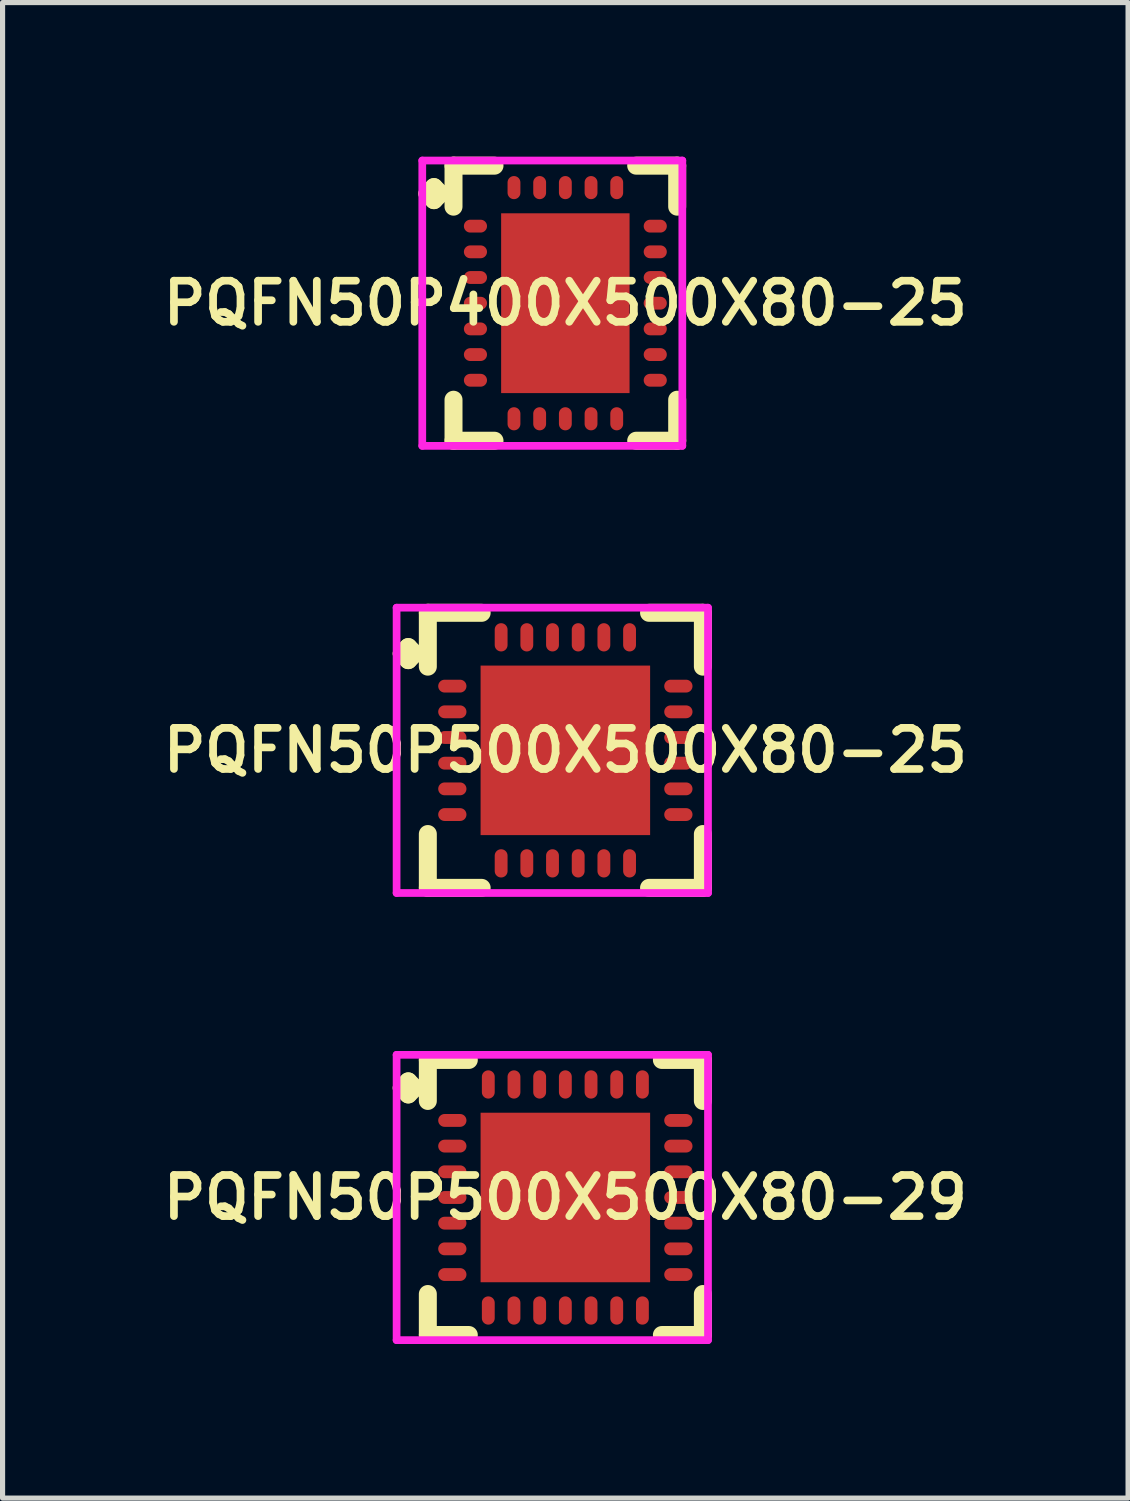
<source format=kicad_pcb>
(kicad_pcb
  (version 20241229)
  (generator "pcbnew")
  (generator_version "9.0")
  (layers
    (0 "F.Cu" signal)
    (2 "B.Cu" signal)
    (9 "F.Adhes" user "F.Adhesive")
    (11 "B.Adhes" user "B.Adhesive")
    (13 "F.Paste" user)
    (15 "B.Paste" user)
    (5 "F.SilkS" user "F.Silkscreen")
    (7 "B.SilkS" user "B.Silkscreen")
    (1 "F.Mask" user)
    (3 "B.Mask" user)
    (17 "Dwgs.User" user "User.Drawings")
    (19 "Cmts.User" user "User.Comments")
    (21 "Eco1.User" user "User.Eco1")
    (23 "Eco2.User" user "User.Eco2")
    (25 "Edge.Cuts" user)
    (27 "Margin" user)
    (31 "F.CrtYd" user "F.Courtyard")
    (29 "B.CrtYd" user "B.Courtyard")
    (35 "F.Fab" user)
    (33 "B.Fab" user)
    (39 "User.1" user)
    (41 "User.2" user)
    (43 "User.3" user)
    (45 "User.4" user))
  (footprint "PQFN50P500X500X80-25"
    (layer "F.Cu")
    (at 7.955 11.556)
    (property "Reference" "PQFN50P500X500X80-25" (at 0 0 0) (layer "F.SilkS") (effects (font (size 0.8 0.8) (thickness 0.15))))
    (attr smd)
    (fp_line (start -3.185 -1.883) (end -3.058 -2.01) (stroke (width 0.35) (type solid)) (layer "F.SilkS"))
    (fp_line (start -3.058 -2.01) (end -2.931 -1.883) (stroke (width 0.35) (type solid)) (layer "F.SilkS"))
    (fp_line (start -3.058 -1.756) (end -3.185 -1.883) (stroke (width 0.35) (type solid)) (layer "F.SilkS"))
    (fp_line (start -2.931 -1.883) (end -3.058 -1.756) (stroke (width 0.35) (type solid)) (layer "F.SilkS"))
    (fp_line (start -2.677 -2.677) (end -1.629 -2.677) (stroke (width 0.35) (type solid)) (layer "F.SilkS"))
    (fp_line (start -2.677 -1.629) (end -2.677 -2.677) (stroke (width 0.35) (type solid)) (layer "F.SilkS"))
    (fp_line (start -2.677 1.629) (end -2.677 2.677) (stroke (width 0.35) (type solid)) (layer "F.SilkS"))
    (fp_line (start -2.677 2.677) (end -1.629 2.677) (stroke (width 0.35) (type solid)) (layer "F.SilkS"))
    (fp_line (start 1.629 -2.677) (end 2.677 -2.677) (stroke (width 0.35) (type solid)) (layer "F.SilkS"))
    (fp_line (start 1.629 2.677) (end 2.677 2.677) (stroke (width 0.35) (type solid)) (layer "F.SilkS"))
    (fp_line (start 2.677 -2.677) (end 2.677 -1.629) (stroke (width 0.35) (type solid)) (layer "F.SilkS"))
    (fp_line (start 2.677 2.677) (end 2.677 1.629) (stroke (width 0.35) (type solid)) (layer "F.SilkS"))
    (fp_line (start -3.285 -2.777) (end 2.777 -2.777) (stroke (width 0.15) (type solid)) (layer "F.CrtYd"))
    (fp_line (start -3.285 2.777) (end -3.285 -2.777) (stroke (width 0.15) (type solid)) (layer "F.CrtYd"))
    (fp_line (start 2.777 -2.777) (end 2.777 2.777) (stroke (width 0.15) (type solid)) (layer "F.CrtYd"))
    (fp_line (start 2.777 2.777) (end -3.285 2.777) (stroke (width 0.15) (type solid)) (layer "F.CrtYd"))
    (pad "1" smd oval (at -2.2 -1.25) (size 0.55 0.25) (layers "F.Cu" "F.Mask" "F.Paste"))
    (pad "2" smd oval (at -2.2 -0.75) (size 0.55 0.25) (layers "F.Cu" "F.Mask" "F.Paste"))
    (pad "3" smd oval (at -2.2 -0.25) (size 0.55 0.25) (layers "F.Cu" "F.Mask" "F.Paste"))
    (pad "4" smd oval (at -2.2 0.25) (size 0.55 0.25) (layers "F.Cu" "F.Mask" "F.Paste"))
    (pad "5" smd oval (at -2.2 0.75) (size 0.55 0.25) (layers "F.Cu" "F.Mask" "F.Paste"))
    (pad "6" smd oval (at -2.2 1.25) (size 0.55 0.25) (layers "F.Cu" "F.Mask" "F.Paste"))
    (pad "7" smd oval (at -1.25 2.2) (size 0.25 0.55) (layers "F.Cu" "F.Mask" "F.Paste"))
    (pad "8" smd oval (at -0.75 2.2) (size 0.25 0.55) (layers "F.Cu" "F.Mask" "F.Paste"))
    (pad "9" smd oval (at -0.25 2.2) (size 0.25 0.55) (layers "F.Cu" "F.Mask" "F.Paste"))
    (pad "10" smd oval (at 0.25 2.2) (size 0.25 0.55) (layers "F.Cu" "F.Mask" "F.Paste"))
    (pad "11" smd oval (at 0.75 2.2) (size 0.25 0.55) (layers "F.Cu" "F.Mask" "F.Paste"))
    (pad "12" smd oval (at 1.25 2.2) (size 0.25 0.55) (layers "F.Cu" "F.Mask" "F.Paste"))
    (pad "13" smd oval (at 2.2 1.25) (size 0.55 0.25) (layers "F.Cu" "F.Mask" "F.Paste"))
    (pad "14" smd oval (at 2.2 0.75) (size 0.55 0.25) (layers "F.Cu" "F.Mask" "F.Paste"))
    (pad "15" smd oval (at 2.2 0.25) (size 0.55 0.25) (layers "F.Cu" "F.Mask" "F.Paste"))
    (pad "16" smd oval (at 2.2 -0.25) (size 0.55 0.25) (layers "F.Cu" "F.Mask" "F.Paste"))
    (pad "17" smd oval (at 2.2 -0.75) (size 0.55 0.25) (layers "F.Cu" "F.Mask" "F.Paste"))
    (pad "18" smd oval (at 2.2 -1.25) (size 0.55 0.25) (layers "F.Cu" "F.Mask" "F.Paste"))
    (pad "19" smd oval (at 1.25 -2.2) (size 0.25 0.55) (layers "F.Cu" "F.Mask" "F.Paste"))
    (pad "20" smd oval (at 0.75 -2.2) (size 0.25 0.55) (layers "F.Cu" "F.Mask" "F.Paste"))
    (pad "21" smd oval (at 0.25 -2.2) (size 0.25 0.55) (layers "F.Cu" "F.Mask" "F.Paste"))
    (pad "22" smd oval (at -0.25 -2.2) (size 0.25 0.55) (layers "F.Cu" "F.Mask" "F.Paste"))
    (pad "23" smd oval (at -0.75 -2.2) (size 0.25 0.55) (layers "F.Cu" "F.Mask" "F.Paste"))
    (pad "24" smd oval (at -1.25 -2.2) (size 0.25 0.55) (layers "F.Cu" "F.Mask" "F.Paste"))
    (pad "25" smd rect (at 0 0) (size 3.3 3.3) (layers "F.Cu" "F.Mask" "F.Paste")))
  (footprint "PQFN50P400X500X80-25"
    (layer "F.Cu")
    (at 7.955 2.852)
    (property "Reference" "PQFN50P400X500X80-25" (at 0 0 0) (layer "F.SilkS") (effects (font (size 0.8 0.8) (thickness 0.15))))
    (attr through_hole)
    (fp_line (start -2.685 -2.133) (end -2.558 -2.26) (stroke (width 0.35) (type solid)) (layer "F.SilkS"))
    (fp_line (start -2.558 -2.26) (end -2.431 -2.133) (stroke (width 0.35) (type solid)) (layer "F.SilkS"))
    (fp_line (start -2.558 -2.006) (end -2.685 -2.133) (stroke (width 0.35) (type solid)) (layer "F.SilkS"))
    (fp_line (start -2.431 -2.133) (end -2.558 -2.006) (stroke (width 0.35) (type solid)) (layer "F.SilkS"))
    (fp_line (start -2.177 -2.677) (end -1.379 -2.677) (stroke (width 0.35) (type solid)) (layer "F.SilkS"))
    (fp_line (start -2.177 -1.879) (end -2.177 -2.677) (stroke (width 0.35) (type solid)) (layer "F.SilkS"))
    (fp_line (start -2.177 1.879) (end -2.177 2.677) (stroke (width 0.35) (type solid)) (layer "F.SilkS"))
    (fp_line (start -2.177 2.677) (end -1.379 2.677) (stroke (width 0.35) (type solid)) (layer "F.SilkS"))
    (fp_line (start 1.379 -2.677) (end 2.177 -2.677) (stroke (width 0.35) (type solid)) (layer "F.SilkS"))
    (fp_line (start 1.379 2.677) (end 2.177 2.677) (stroke (width 0.35) (type solid)) (layer "F.SilkS"))
    (fp_line (start 2.177 -2.677) (end 2.177 -1.879) (stroke (width 0.35) (type solid)) (layer "F.SilkS"))
    (fp_line (start 2.177 2.677) (end 2.177 1.879) (stroke (width 0.35) (type solid)) (layer "F.SilkS"))
    (fp_line (start -2.785 -2.777) (end 2.277 -2.777) (stroke (width 0.15) (type solid)) (layer "F.CrtYd"))
    (fp_line (start -2.785 2.777) (end -2.785 -2.777) (stroke (width 0.15) (type solid)) (layer "F.CrtYd"))
    (fp_line (start 2.277 -2.777) (end 2.277 2.777) (stroke (width 0.15) (type solid)) (layer "F.CrtYd"))
    (fp_line (start 2.277 2.777) (end -2.785 2.777) (stroke (width 0.15) (type solid)) (layer "F.CrtYd"))
    (pad "1" smd oval (at -1.75 -1.5) (size 0.45 0.25) (layers "F.Cu" "F.Mask" "F.Paste"))
    (pad "2" smd oval (at -1.75 -1) (size 0.45 0.25) (layers "F.Cu" "F.Mask" "F.Paste"))
    (pad "3" smd oval (at -1.75 -0.5) (size 0.45 0.25) (layers "F.Cu" "F.Mask" "F.Paste"))
    (pad "4" smd oval (at -1.75 0) (size 0.45 0.25) (layers "F.Cu" "F.Mask" "F.Paste"))
    (pad "5" smd oval (at -1.75 0.5) (size 0.45 0.25) (layers "F.Cu" "F.Mask" "F.Paste"))
    (pad "6" smd oval (at -1.75 1) (size 0.45 0.25) (layers "F.Cu" "F.Mask" "F.Paste"))
    (pad "7" smd oval (at -1.75 1.5) (size 0.45 0.25) (layers "F.Cu" "F.Mask" "F.Paste"))
    (pad "8" smd oval (at -1 2.25) (size 0.25 0.45) (layers "F.Cu" "F.Mask" "F.Paste"))
    (pad "9" smd oval (at -0.5 2.25) (size 0.25 0.45) (layers "F.Cu" "F.Mask" "F.Paste"))
    (pad "10" smd oval (at 0 2.25) (size 0.25 0.45) (layers "F.Cu" "F.Mask" "F.Paste"))
    (pad "11" smd oval (at 0.5 2.25) (size 0.25 0.45) (layers "F.Cu" "F.Mask" "F.Paste"))
    (pad "12" smd oval (at 1 2.25) (size 0.25 0.45) (layers "F.Cu" "F.Mask" "F.Paste"))
    (pad "13" smd oval (at 1.75 1.5) (size 0.45 0.25) (layers "F.Cu" "F.Mask" "F.Paste"))
    (pad "14" smd oval (at 1.75 1) (size 0.45 0.25) (layers "F.Cu" "F.Mask" "F.Paste"))
    (pad "15" smd oval (at 1.75 0.5) (size 0.45 0.25) (layers "F.Cu" "F.Mask" "F.Paste"))
    (pad "16" smd oval (at 1.75 0) (size 0.45 0.25) (layers "F.Cu" "F.Mask" "F.Paste"))
    (pad "17" smd oval (at 1.75 -0.5) (size 0.45 0.25) (layers "F.Cu" "F.Mask" "F.Paste"))
    (pad "18" smd oval (at 1.75 -1) (size 0.45 0.25) (layers "F.Cu" "F.Mask" "F.Paste"))
    (pad "19" smd oval (at 1.75 -1.5) (size 0.45 0.25) (layers "F.Cu" "F.Mask" "F.Paste"))
    (pad "20" smd oval (at 1 -2.25) (size 0.25 0.45) (layers "F.Cu" "F.Mask" "F.Paste"))
    (pad "21" smd oval (at 0.5 -2.25) (size 0.25 0.45) (layers "F.Cu" "F.Mask" "F.Paste"))
    (pad "22" smd oval (at 0 -2.25) (size 0.25 0.45) (layers "F.Cu" "F.Mask" "F.Paste"))
    (pad "23" smd oval (at -0.5 -2.25) (size 0.25 0.45) (layers "F.Cu" "F.Mask" "F.Paste"))
    (pad "24" smd oval (at -1 -2.25) (size 0.25 0.45) (layers "F.Cu" "F.Mask" "F.Paste"))
    (pad "25" smd rect (at 0 0) (size 2.5 3.5) (layers "F.Cu" "F.Mask" "F.Paste")))
  (footprint "PQFN50P500X500X80-29"
    (layer "F.Cu")
    (at 7.955 20.26)
    (property "Reference" "PQFN50P500X500X80-29" (at 0 0 0) (layer "F.SilkS") (effects (font (size 0.8 0.8) (thickness 0.15))))
    (attr smd)
    (fp_line (start -3.185 -2.133) (end -3.058 -2.26) (stroke (width 0.35) (type solid)) (layer "F.SilkS"))
    (fp_line (start -3.058 -2.26) (end -2.931 -2.133) (stroke (width 0.35) (type solid)) (layer "F.SilkS"))
    (fp_line (start -3.058 -2.006) (end -3.185 -2.133) (stroke (width 0.35) (type solid)) (layer "F.SilkS"))
    (fp_line (start -2.931 -2.133) (end -3.058 -2.006) (stroke (width 0.35) (type solid)) (layer "F.SilkS"))
    (fp_line (start -2.677 -2.677) (end -1.879 -2.677) (stroke (width 0.35) (type solid)) (layer "F.SilkS"))
    (fp_line (start -2.677 -1.879) (end -2.677 -2.677) (stroke (width 0.35) (type solid)) (layer "F.SilkS"))
    (fp_line (start -2.677 1.879) (end -2.677 2.677) (stroke (width 0.35) (type solid)) (layer "F.SilkS"))
    (fp_line (start -2.677 2.677) (end -1.879 2.677) (stroke (width 0.35) (type solid)) (layer "F.SilkS"))
    (fp_line (start 1.879 -2.677) (end 2.677 -2.677) (stroke (width 0.35) (type solid)) (layer "F.SilkS"))
    (fp_line (start 1.879 2.677) (end 2.677 2.677) (stroke (width 0.35) (type solid)) (layer "F.SilkS"))
    (fp_line (start 2.677 -2.677) (end 2.677 -1.879) (stroke (width 0.35) (type solid)) (layer "F.SilkS"))
    (fp_line (start 2.677 2.677) (end 2.677 1.879) (stroke (width 0.35) (type solid)) (layer "F.SilkS"))
    (fp_line (start -3.285 -2.777) (end 2.777 -2.777) (stroke (width 0.15) (type solid)) (layer "F.CrtYd"))
    (fp_line (start -3.285 2.777) (end -3.285 -2.777) (stroke (width 0.15) (type solid)) (layer "F.CrtYd"))
    (fp_line (start 2.777 -2.777) (end 2.777 2.777) (stroke (width 0.15) (type solid)) (layer "F.CrtYd"))
    (fp_line (start 2.777 2.777) (end -3.285 2.777) (stroke (width 0.15) (type solid)) (layer "F.CrtYd"))
    (pad "1" smd oval (at -2.2 -1.5) (size 0.55 0.25) (layers "F.Cu" "F.Mask" "F.Paste"))
    (pad "2" smd oval (at -2.2 -1) (size 0.55 0.25) (layers "F.Cu" "F.Mask" "F.Paste"))
    (pad "3" smd oval (at -2.2 -0.5) (size 0.55 0.25) (layers "F.Cu" "F.Mask" "F.Paste"))
    (pad "4" smd oval (at -2.2 0) (size 0.55 0.25) (layers "F.Cu" "F.Mask" "F.Paste"))
    (pad "5" smd oval (at -2.2 0.5) (size 0.55 0.25) (layers "F.Cu" "F.Mask" "F.Paste"))
    (pad "6" smd oval (at -2.2 1) (size 0.55 0.25) (layers "F.Cu" "F.Mask" "F.Paste"))
    (pad "7" smd oval (at -2.2 1.5) (size 0.55 0.25) (layers "F.Cu" "F.Mask" "F.Paste"))
    (pad "8" smd oval (at -1.5 2.2) (size 0.25 0.55) (layers "F.Cu" "F.Mask" "F.Paste"))
    (pad "9" smd oval (at -1 2.2) (size 0.25 0.55) (layers "F.Cu" "F.Mask" "F.Paste"))
    (pad "10" smd oval (at -0.5 2.2) (size 0.25 0.55) (layers "F.Cu" "F.Mask" "F.Paste"))
    (pad "11" smd oval (at 0 2.2) (size 0.25 0.55) (layers "F.Cu" "F.Mask" "F.Paste"))
    (pad "12" smd oval (at 0.5 2.2) (size 0.25 0.55) (layers "F.Cu" "F.Mask" "F.Paste"))
    (pad "13" smd oval (at 1 2.2) (size 0.25 0.55) (layers "F.Cu" "F.Mask" "F.Paste"))
    (pad "14" smd oval (at 1.5 2.2) (size 0.25 0.55) (layers "F.Cu" "F.Mask" "F.Paste"))
    (pad "15" smd oval (at 2.2 1.5) (size 0.55 0.25) (layers "F.Cu" "F.Mask" "F.Paste"))
    (pad "16" smd oval (at 2.2 1) (size 0.55 0.25) (layers "F.Cu" "F.Mask" "F.Paste"))
    (pad "17" smd oval (at 2.2 0.5) (size 0.55 0.25) (layers "F.Cu" "F.Mask" "F.Paste"))
    (pad "18" smd oval (at 2.2 0) (size 0.55 0.25) (layers "F.Cu" "F.Mask" "F.Paste"))
    (pad "19" smd oval (at 2.2 -0.5) (size 0.55 0.25) (layers "F.Cu" "F.Mask" "F.Paste"))
    (pad "20" smd oval (at 2.2 -1) (size 0.55 0.25) (layers "F.Cu" "F.Mask" "F.Paste"))
    (pad "21" smd oval (at 2.2 -1.5) (size 0.55 0.25) (layers "F.Cu" "F.Mask" "F.Paste"))
    (pad "22" smd oval (at 1.5 -2.2) (size 0.25 0.55) (layers "F.Cu" "F.Mask" "F.Paste"))
    (pad "23" smd oval (at 1 -2.2) (size 0.25 0.55) (layers "F.Cu" "F.Mask" "F.Paste"))
    (pad "24" smd oval (at 0.5 -2.2) (size 0.25 0.55) (layers "F.Cu" "F.Mask" "F.Paste"))
    (pad "25" smd oval (at 0 -2.2) (size 0.25 0.55) (layers "F.Cu" "F.Mask" "F.Paste"))
    (pad "26" smd oval (at -0.5 -2.2) (size 0.25 0.55) (layers "F.Cu" "F.Mask" "F.Paste"))
    (pad "27" smd oval (at -1 -2.2) (size 0.25 0.55) (layers "F.Cu" "F.Mask" "F.Paste"))
    (pad "28" smd oval (at -1.5 -2.2) (size 0.25 0.55) (layers "F.Cu" "F.Mask" "F.Paste"))
    (pad "29" smd rect (at 0 0) (size 3.3 3.3) (layers "F.Cu" "F.Mask" "F.Paste")))
  (gr_rect
    (start -3 -3)
    (end 18.909 26.112)
    (stroke (width 0.1) (type default))
    (fill no)
    (layer "Edge.Cuts")))
</source>
